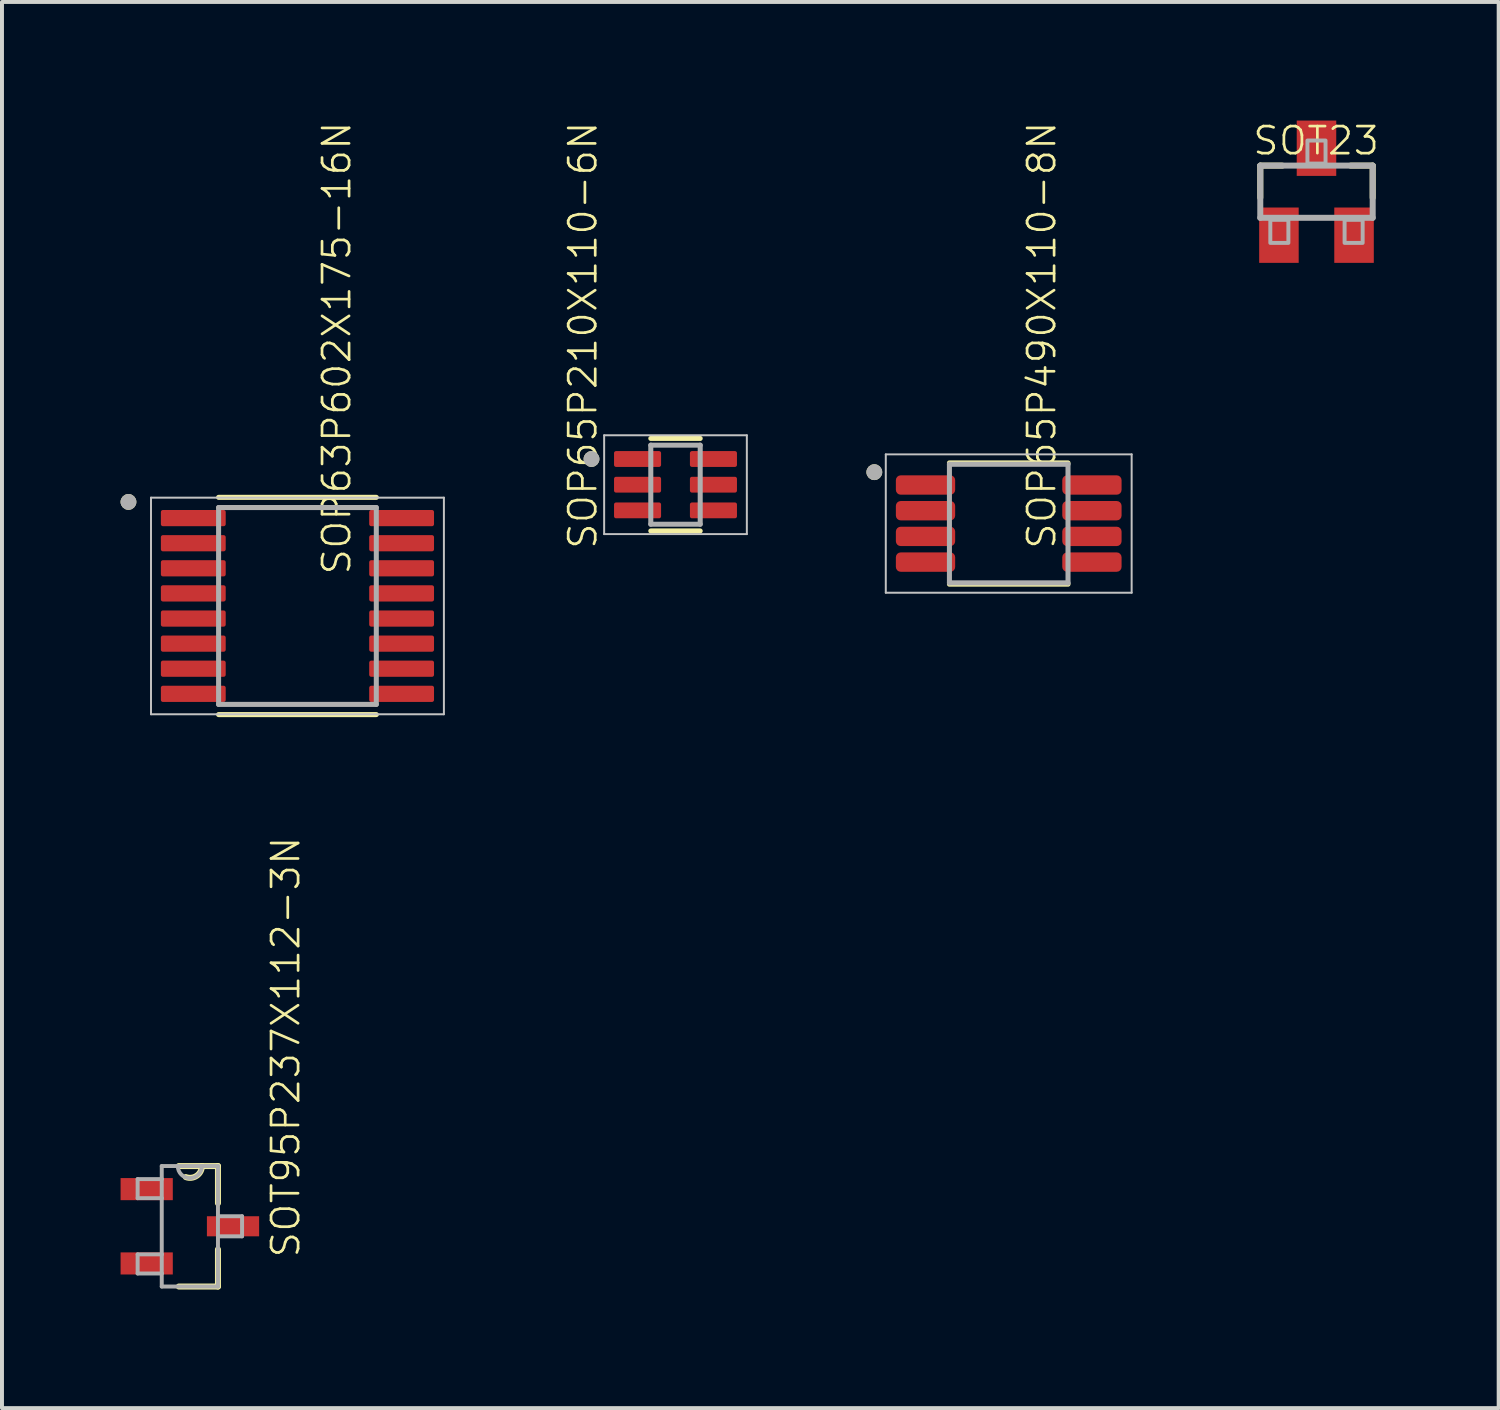
<source format=kicad_pcb>
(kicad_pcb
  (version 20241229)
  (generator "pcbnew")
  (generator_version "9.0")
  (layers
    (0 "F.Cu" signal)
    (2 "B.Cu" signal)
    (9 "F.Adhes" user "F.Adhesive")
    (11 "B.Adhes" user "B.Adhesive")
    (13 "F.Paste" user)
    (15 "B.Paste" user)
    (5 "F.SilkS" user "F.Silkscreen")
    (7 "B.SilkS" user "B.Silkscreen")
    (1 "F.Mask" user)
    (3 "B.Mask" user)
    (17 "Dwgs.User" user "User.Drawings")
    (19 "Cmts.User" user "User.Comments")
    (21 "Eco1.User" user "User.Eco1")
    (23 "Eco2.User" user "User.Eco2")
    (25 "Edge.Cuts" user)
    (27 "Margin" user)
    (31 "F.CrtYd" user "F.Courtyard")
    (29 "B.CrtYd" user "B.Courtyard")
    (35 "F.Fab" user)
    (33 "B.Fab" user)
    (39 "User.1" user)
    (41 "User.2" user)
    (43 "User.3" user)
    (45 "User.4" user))
  (footprint "SOP63P602X175-16N"
    (layer "F.Cu")
    (at 4.475 12.28)
    (property "Reference" "SOP63P602X175-16N" (at 1.393 -0.747 90) (layer "F.SilkS") (effects (font (size 0.684 0.684) (thickness 0.068)) (justify left bottom)))
    (attr through_hole)
    (fp_line (start -1.995 -2.748) (end 1.995 -2.748) (stroke (width 0.127) (type solid)) (layer "F.SilkS"))
    (fp_line (start -1.995 2.748) (end 1.995 2.748) (stroke (width 0.127) (type solid)) (layer "F.SilkS"))
    (fp_circle (center -4.275 -2.632) (end -4.175 -2.632) (stroke (width 0.2) (type solid)) (fill no) (layer "F.SilkS"))
    (fp_line (start -3.705 -2.74) (end -3.705 2.74) (stroke (width 0.05) (type solid)) (layer "Dwgs.User"))
    (fp_line (start -3.705 -2.74) (end 3.705 -2.74) (stroke (width 0.05) (type solid)) (layer "Dwgs.User"))
    (fp_line (start -3.705 2.74) (end 3.705 2.74) (stroke (width 0.05) (type solid)) (layer "Dwgs.User"))
    (fp_line (start 3.705 -2.74) (end 3.705 2.74) (stroke (width 0.05) (type solid)) (layer "Dwgs.User"))
    (fp_line (start -1.995 -2.49) (end -1.995 2.49) (stroke (width 0.127) (type solid)) (layer "F.Fab"))
    (fp_line (start -1.995 -2.49) (end 1.995 -2.49) (stroke (width 0.127) (type solid)) (layer "F.Fab"))
    (fp_line (start -1.995 2.49) (end 1.995 2.49) (stroke (width 0.127) (type solid)) (layer "F.Fab"))
    (fp_line (start 1.995 -2.49) (end 1.995 2.49) (stroke (width 0.127) (type solid)) (layer "F.Fab"))
    (fp_circle (center -4.275 -2.632) (end -4.175 -2.632) (stroke (width 0.2) (type solid)) (fill no) (layer "F.Fab"))
    (pad "1" smd roundrect (at -2.635 -2.223) (size 1.64 0.41) (layers "F.Cu" "F.Mask" "F.Paste") (roundrect_rratio 0.125))
    (pad "2" smd roundrect (at -2.635 -1.587) (size 1.64 0.41) (layers "F.Cu" "F.Mask" "F.Paste") (roundrect_rratio 0.125))
    (pad "3" smd roundrect (at -2.635 -0.953) (size 1.64 0.41) (layers "F.Cu" "F.Mask" "F.Paste") (roundrect_rratio 0.125))
    (pad "4" smd roundrect (at -2.635 -0.318) (size 1.64 0.41) (layers "F.Cu" "F.Mask" "F.Paste") (roundrect_rratio 0.125))
    (pad "5" smd roundrect (at -2.635 0.318) (size 1.64 0.41) (layers "F.Cu" "F.Mask" "F.Paste") (roundrect_rratio 0.125))
    (pad "6" smd roundrect (at -2.635 0.953) (size 1.64 0.41) (layers "F.Cu" "F.Mask" "F.Paste") (roundrect_rratio 0.125))
    (pad "7" smd roundrect (at -2.635 1.587) (size 1.64 0.41) (layers "F.Cu" "F.Mask" "F.Paste") (roundrect_rratio 0.125))
    (pad "8" smd roundrect (at -2.635 2.223) (size 1.64 0.41) (layers "F.Cu" "F.Mask" "F.Paste") (roundrect_rratio 0.125))
    (pad "9" smd roundrect (at 2.635 2.223) (size 1.64 0.41) (layers "F.Cu" "F.Mask" "F.Paste") (roundrect_rratio 0.125))
    (pad "10" smd roundrect (at 2.635 1.587) (size 1.64 0.41) (layers "F.Cu" "F.Mask" "F.Paste") (roundrect_rratio 0.125))
    (pad "11" smd roundrect (at 2.635 0.953) (size 1.64 0.41) (layers "F.Cu" "F.Mask" "F.Paste") (roundrect_rratio 0.125))
    (pad "12" smd roundrect (at 2.635 0.318) (size 1.64 0.41) (layers "F.Cu" "F.Mask" "F.Paste") (roundrect_rratio 0.125))
    (pad "13" smd roundrect (at 2.635 -0.318) (size 1.64 0.41) (layers "F.Cu" "F.Mask" "F.Paste") (roundrect_rratio 0.125))
    (pad "14" smd roundrect (at 2.635 -0.953) (size 1.64 0.41) (layers "F.Cu" "F.Mask" "F.Paste") (roundrect_rratio 0.125))
    (pad "15" smd roundrect (at 2.635 -1.587) (size 1.64 0.41) (layers "F.Cu" "F.Mask" "F.Paste") (roundrect_rratio 0.125))
    (pad "16" smd roundrect (at 2.635 -2.223) (size 1.64 0.41) (layers "F.Cu" "F.Mask" "F.Paste") (roundrect_rratio 0.125)))
  (footprint "SOP65P490X110-8N"
    (layer "F.Cu")
    (at 22.469 10.195)
    (property "Reference" "SOP65P490X110-8N" (at 1.235 0.687 90) (layer "F.SilkS") (effects (font (size 0.684 0.684) (thickness 0.068)) (justify left bottom)))
    (attr through_hole)
    (fp_line (start -1.5 -1.534) (end 1.5 -1.534) (stroke (width 0.127) (type solid)) (layer "F.SilkS"))
    (fp_line (start 1.5 1.534) (end -1.5 1.534) (stroke (width 0.127) (type solid)) (layer "F.SilkS"))
    (fp_circle (center -3.4 -1.3) (end -3.3 -1.3) (stroke (width 0.2) (type solid)) (fill no) (layer "F.SilkS"))
    (fp_line (start -3.11 -1.75) (end 3.11 -1.75) (stroke (width 0.05) (type solid)) (layer "Dwgs.User"))
    (fp_line (start -3.11 1.75) (end -3.11 -1.75) (stroke (width 0.05) (type solid)) (layer "Dwgs.User"))
    (fp_line (start 3.11 -1.75) (end 3.11 1.75) (stroke (width 0.05) (type solid)) (layer "Dwgs.User"))
    (fp_line (start 3.11 1.75) (end -3.11 1.75) (stroke (width 0.05) (type solid)) (layer "Dwgs.User"))
    (fp_line (start -1.5 -1.5) (end 1.5 -1.5) (stroke (width 0.127) (type solid)) (layer "F.Fab"))
    (fp_line (start -1.5 1.5) (end -1.5 -1.5) (stroke (width 0.127) (type solid)) (layer "F.Fab"))
    (fp_line (start 1.5 -1.5) (end 1.5 1.5) (stroke (width 0.127) (type solid)) (layer "F.Fab"))
    (fp_line (start 1.5 1.5) (end -1.5 1.5) (stroke (width 0.127) (type solid)) (layer "F.Fab"))
    (fp_circle (center -3.4 -1.3) (end -3.3 -1.3) (stroke (width 0.2) (type solid)) (fill no) (layer "F.Fab"))
    (pad "1" smd roundrect (at -2.105 -0.975) (size 1.5 0.49) (layers "F.Cu" "F.Mask" "F.Paste") (roundrect_rratio 0.25))
    (pad "2" smd roundrect (at -2.105 -0.325) (size 1.5 0.49) (layers "F.Cu" "F.Mask" "F.Paste") (roundrect_rratio 0.25))
    (pad "3" smd roundrect (at -2.105 0.325) (size 1.5 0.49) (layers "F.Cu" "F.Mask" "F.Paste") (roundrect_rratio 0.25))
    (pad "4" smd roundrect (at -2.105 0.975) (size 1.5 0.49) (layers "F.Cu" "F.Mask" "F.Paste") (roundrect_rratio 0.25))
    (pad "5" smd roundrect (at 2.105 0.975 180) (size 1.5 0.49) (layers "F.Cu" "F.Mask" "F.Paste") (roundrect_rratio 0.25))
    (pad "6" smd roundrect (at 2.105 0.325 180) (size 1.5 0.49) (layers "F.Cu" "F.Mask" "F.Paste") (roundrect_rratio 0.25))
    (pad "7" smd roundrect (at 2.105 -0.325 180) (size 1.5 0.49) (layers "F.Cu" "F.Mask" "F.Paste") (roundrect_rratio 0.25))
    (pad "8" smd roundrect (at 2.105 -0.975 180) (size 1.5 0.49) (layers "F.Cu" "F.Mask" "F.Paste") (roundrect_rratio 0.25)))
  (footprint "SOT95P237X112-3N"
    (layer "F.Cu")
    (at 1.753 27.973)
    (property "Reference" "SOT95P237X112-3N" (at 2.825 0.837 90) (layer "F.SilkS") (effects (font (size 0.684 0.684) (thickness 0.068)) (justify left bottom)))
    (attr through_hole)
    (fp_line (start -0.279 1.524) (end 0.711 1.524) (stroke (width 0.152) (type solid)) (layer "F.SilkS"))
    (fp_line (start 0.305 -1.524) (end -0.279 -1.524) (stroke (width 0.152) (type solid)) (layer "F.SilkS"))
    (fp_line (start 0.711 -1.524) (end 0.305 -1.524) (stroke (width 0.152) (type solid)) (layer "F.SilkS"))
    (fp_line (start 0.711 -0.584) (end 0.711 -1.524) (stroke (width 0.152) (type solid)) (layer "F.SilkS"))
    (fp_line (start 0.711 1.524) (end 0.711 0.584) (stroke (width 0.152) (type solid)) (layer "F.SilkS"))
    (fp_arc (start 0.3048 -1.524) (mid 0.174323 -1.278521) (end -0.1016 -1.2446) (stroke (width 0.1524) (type solid)) (layer "F.SilkS"))
    (fp_line (start -1.321 -1.194) (end -1.321 -0.711) (stroke (width 0.1) (type solid)) (layer "F.Fab"))
    (fp_line (start -1.321 -0.711) (end -0.711 -0.711) (stroke (width 0.1) (type solid)) (layer "F.Fab"))
    (fp_line (start -1.321 0.711) (end -1.321 1.194) (stroke (width 0.1) (type solid)) (layer "F.Fab"))
    (fp_line (start -1.321 1.194) (end -0.711 1.194) (stroke (width 0.1) (type solid)) (layer "F.Fab"))
    (fp_line (start -0.711 -1.524) (end -0.711 -1.194) (stroke (width 0.1) (type solid)) (layer "F.Fab"))
    (fp_line (start -0.711 -1.194) (end -1.321 -1.194) (stroke (width 0.1) (type solid)) (layer "F.Fab"))
    (fp_line (start -0.711 -1.194) (end -0.711 -0.711) (stroke (width 0.1) (type solid)) (layer "F.Fab"))
    (fp_line (start -0.711 -0.711) (end -0.711 0.711) (stroke (width 0.1) (type solid)) (layer "F.Fab"))
    (fp_line (start -0.711 0.711) (end -1.321 0.711) (stroke (width 0.1) (type solid)) (layer "F.Fab"))
    (fp_line (start -0.711 1.194) (end -0.711 0.711) (stroke (width 0.1) (type solid)) (layer "F.Fab"))
    (fp_line (start -0.711 1.524) (end -0.711 1.194) (stroke (width 0.1) (type solid)) (layer "F.Fab"))
    (fp_line (start -0.711 1.524) (end 0.711 1.524) (stroke (width 0.1) (type solid)) (layer "F.Fab"))
    (fp_line (start -0.305 -1.524) (end -0.711 -1.524) (stroke (width 0.1) (type solid)) (layer "F.Fab"))
    (fp_line (start 0.305 -1.524) (end -0.305 -1.524) (stroke (width 0.1) (type solid)) (layer "F.Fab"))
    (fp_line (start 0.711 -1.524) (end 0.305 -1.524) (stroke (width 0.1) (type solid)) (layer "F.Fab"))
    (fp_line (start 0.711 -0.254) (end 0.711 -1.524) (stroke (width 0.1) (type solid)) (layer "F.Fab"))
    (fp_line (start 0.711 0.254) (end 0.711 -0.254) (stroke (width 0.1) (type solid)) (layer "F.Fab"))
    (fp_line (start 0.711 0.254) (end 1.321 0.254) (stroke (width 0.1) (type solid)) (layer "F.Fab"))
    (fp_line (start 0.711 1.524) (end 0.711 0.254) (stroke (width 0.1) (type solid)) (layer "F.Fab"))
    (fp_line (start 1.321 -0.254) (end 0.711 -0.254) (stroke (width 0.1) (type solid)) (layer "F.Fab"))
    (fp_line (start 1.321 0.254) (end 1.321 -0.254) (stroke (width 0.1) (type solid)) (layer "F.Fab"))
    (fp_arc (start 0.3048 -1.524) (mid 0 -1.2192) (end -0.3048 -1.524) (stroke (width 0.1) (type solid)) (layer "F.Fab"))
    (pad "1" smd rect (at -1.092 -0.94) (size 1.321 0.559) (layers "F.Cu" "F.Mask" "F.Paste"))
    (pad "2" smd rect (at -1.092 0.94) (size 1.321 0.559) (layers "F.Cu" "F.Mask" "F.Paste"))
    (pad "3" smd rect (at 1.092 0) (size 1.321 0.508) (layers "F.Cu" "F.Mask" "F.Paste")))
  (footprint "SOP65P210X110-6N"
    (layer "F.Cu")
    (at 14.039 9.212)
    (property "Reference" "SOP65P210X110-6N" (at -1.944 1.671 270) (layer "F.SilkS") (effects (font (size 0.684 0.684) (thickness 0.068)) (justify left bottom)))
    (attr through_hole)
    (fp_line (start -0.625 -1.17) (end 0.625 -1.17) (stroke (width 0.127) (type solid)) (layer "F.SilkS"))
    (fp_line (start -0.625 1.17) (end 0.625 1.17) (stroke (width 0.127) (type solid)) (layer "F.SilkS"))
    (fp_circle (center -2.125 -0.65) (end -2.025 -0.65) (stroke (width 0.2) (type solid)) (fill no) (layer "F.SilkS"))
    (fp_line (start -1.805 -1.25) (end -1.805 1.25) (stroke (width 0.05) (type solid)) (layer "Dwgs.User"))
    (fp_line (start -1.805 -1.25) (end 1.805 -1.25) (stroke (width 0.05) (type solid)) (layer "Dwgs.User"))
    (fp_line (start -1.805 1.25) (end 1.805 1.25) (stroke (width 0.05) (type solid)) (layer "Dwgs.User"))
    (fp_line (start 1.805 -1.25) (end 1.805 1.25) (stroke (width 0.05) (type solid)) (layer "Dwgs.User"))
    (fp_line (start -0.625 -1) (end -0.625 1) (stroke (width 0.127) (type solid)) (layer "F.Fab"))
    (fp_line (start -0.625 -1) (end 0.625 -1) (stroke (width 0.127) (type solid)) (layer "F.Fab"))
    (fp_line (start -0.625 1) (end 0.625 1) (stroke (width 0.127) (type solid)) (layer "F.Fab"))
    (fp_line (start 0.625 -1) (end 0.625 1) (stroke (width 0.127) (type solid)) (layer "F.Fab"))
    (fp_circle (center -2.125 -0.65) (end -2.025 -0.65) (stroke (width 0.2) (type solid)) (fill no) (layer "F.Fab"))
    (pad "1" smd roundrect (at -0.96 -0.65) (size 1.19 0.4) (layers "F.Cu" "F.Mask" "F.Paste") (roundrect_rratio 0.125))
    (pad "2" smd roundrect (at -0.96 0) (size 1.19 0.4) (layers "F.Cu" "F.Mask" "F.Paste") (roundrect_rratio 0.125))
    (pad "3" smd roundrect (at -0.96 0.65) (size 1.19 0.4) (layers "F.Cu" "F.Mask" "F.Paste") (roundrect_rratio 0.125))
    (pad "4" smd roundrect (at 0.96 0.65) (size 1.19 0.4) (layers "F.Cu" "F.Mask" "F.Paste") (roundrect_rratio 0.125))
    (pad "5" smd roundrect (at 0.96 0) (size 1.19 0.4) (layers "F.Cu" "F.Mask" "F.Paste") (roundrect_rratio 0.125))
    (pad "6" smd roundrect (at 0.96 -0.65) (size 1.19 0.4) (layers "F.Cu" "F.Mask" "F.Paste") (roundrect_rratio 0.125)))
  (footprint "SOT23"
    (layer "F.Cu")
    (at 30.255 1.8)
    (property "Reference" "SOT23" (at -1.651 -0.889 0) (layer "F.SilkS") (effects (font (size 0.684 0.684) (thickness 0.068)) (justify left bottom)))
    (attr through_hole)
    (fp_line (start -1.422 -0.66) (end -0.864 -0.66) (stroke (width 0.152) (type solid)) (layer "F.SilkS"))
    (fp_line (start -1.422 0.152) (end -1.422 -0.66) (stroke (width 0.152) (type solid)) (layer "F.SilkS"))
    (fp_line (start 0.864 -0.66) (end 1.422 -0.66) (stroke (width 0.152) (type solid)) (layer "F.SilkS"))
    (fp_line (start 1.422 -0.66) (end 1.422 0.152) (stroke (width 0.152) (type solid)) (layer "F.SilkS"))
    (fp_line (start -1.422 -0.66) (end 1.422 -0.66) (stroke (width 0.152) (type solid)) (layer "F.Fab"))
    (fp_line (start -1.422 0.66) (end -1.422 -0.66) (stroke (width 0.152) (type solid)) (layer "F.Fab"))
    (fp_line (start 1.422 -0.66) (end 1.422 0.66) (stroke (width 0.152) (type solid)) (layer "F.Fab"))
    (fp_line (start 1.422 0.66) (end -1.422 0.66) (stroke (width 0.152) (type solid)) (layer "F.Fab"))
    (fp_poly (pts (xy -1.168 1.295) (xy -0.711 1.295) (xy -0.711 0.711) (xy -1.168 0.711)) (stroke (width 0.1) (type solid)) (fill no) (layer "F.Fab"))
    (fp_poly (pts (xy -0.229 -0.711) (xy 0.229 -0.711) (xy 0.229 -1.295) (xy -0.229 -1.295)) (stroke (width 0.1) (type solid)) (fill no) (layer "F.Fab"))
    (fp_poly (pts (xy 0.711 1.295) (xy 1.168 1.295) (xy 1.168 0.711) (xy 0.711 0.711)) (stroke (width 0.1) (type solid)) (fill no) (layer "F.Fab"))
    (pad "1" smd rect (at -0.95 1.1) (size 1 1.4) (layers "F.Cu" "F.Mask" "F.Paste"))
    (pad "2" smd rect (at 0.95 1.1) (size 1 1.4) (layers "F.Cu" "F.Mask" "F.Paste"))
    (pad "3" smd rect (at 0 -1.1) (size 1 1.4) (layers "F.Cu" "F.Mask" "F.Paste")))
  (gr_rect
    (start -3 -3)
    (end 34.864 32.573)
    (stroke (width 0.1) (type default))
    (fill no)
    (layer "Edge.Cuts")))
</source>
